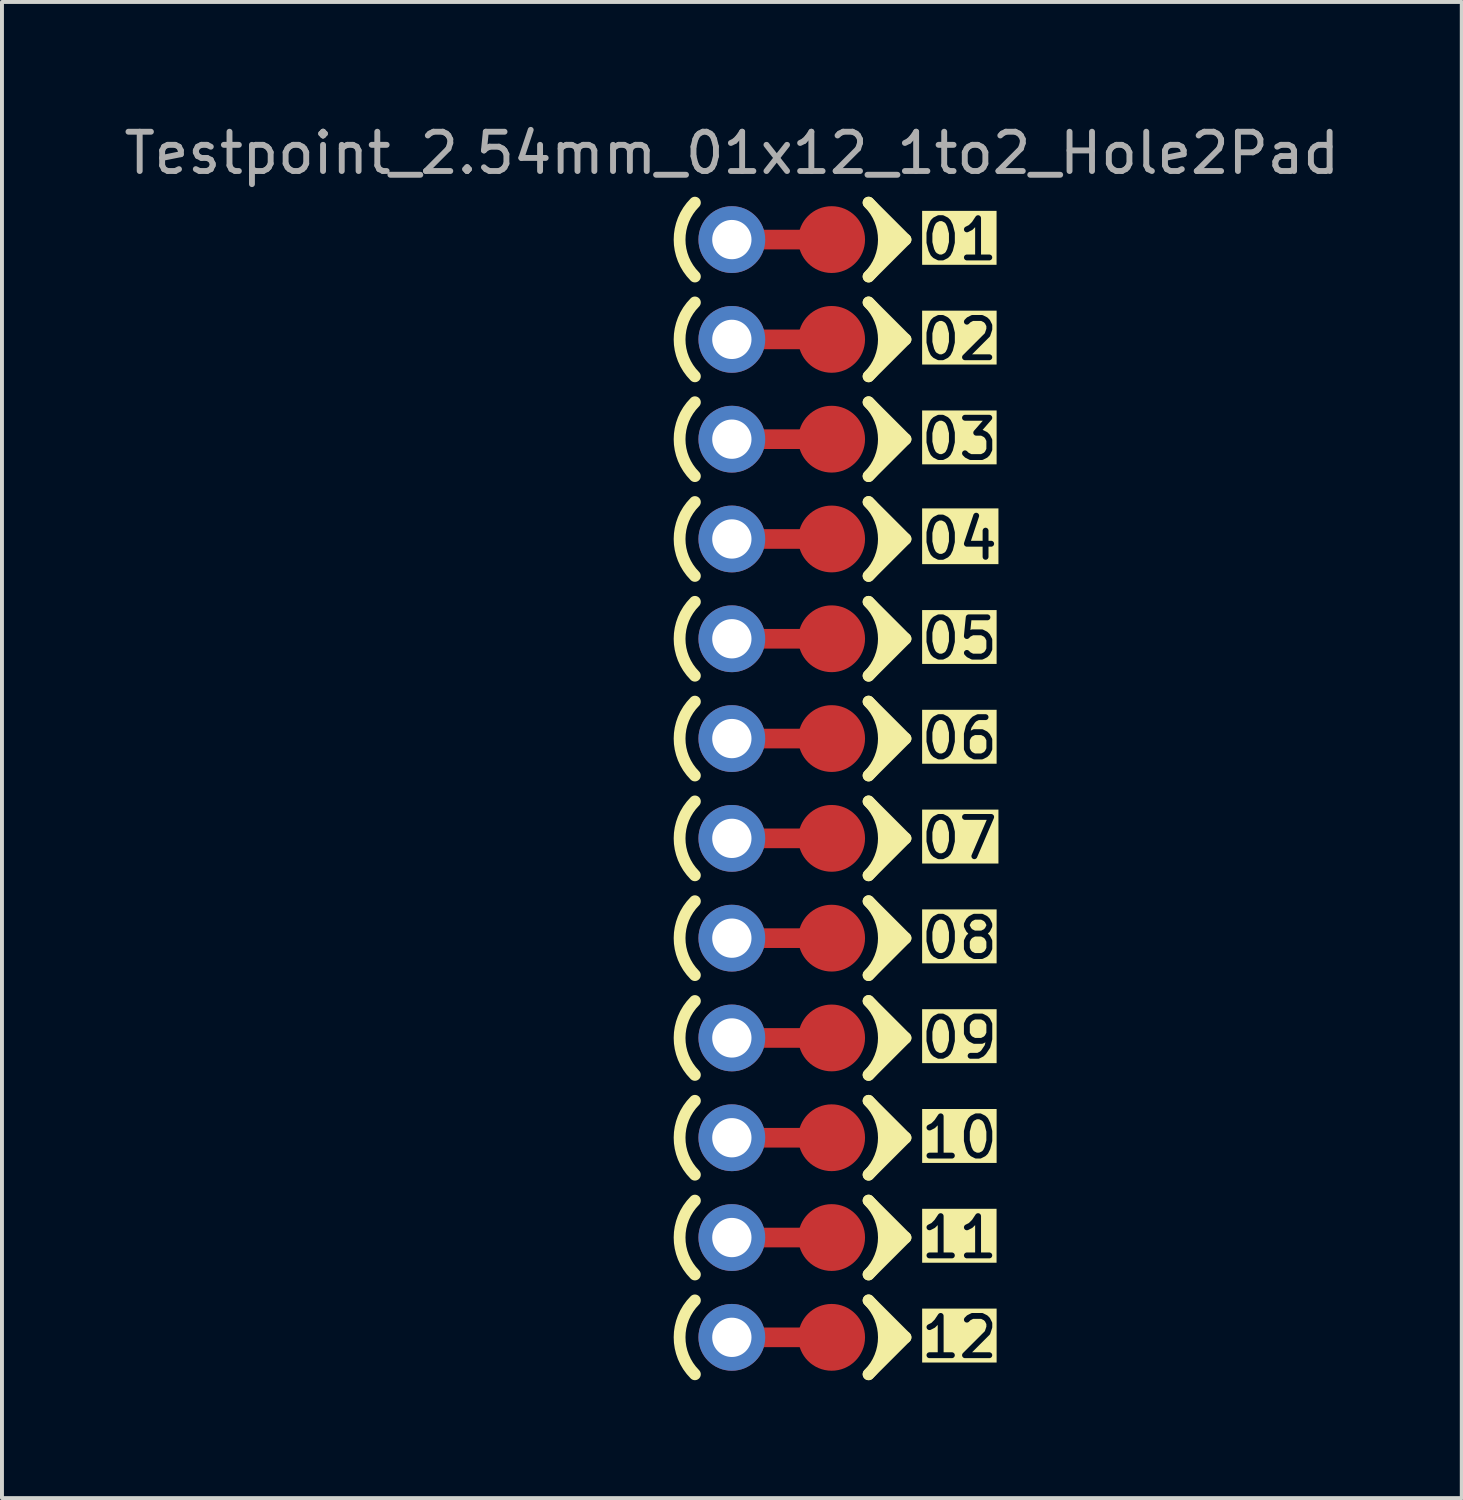
<source format=kicad_pcb>
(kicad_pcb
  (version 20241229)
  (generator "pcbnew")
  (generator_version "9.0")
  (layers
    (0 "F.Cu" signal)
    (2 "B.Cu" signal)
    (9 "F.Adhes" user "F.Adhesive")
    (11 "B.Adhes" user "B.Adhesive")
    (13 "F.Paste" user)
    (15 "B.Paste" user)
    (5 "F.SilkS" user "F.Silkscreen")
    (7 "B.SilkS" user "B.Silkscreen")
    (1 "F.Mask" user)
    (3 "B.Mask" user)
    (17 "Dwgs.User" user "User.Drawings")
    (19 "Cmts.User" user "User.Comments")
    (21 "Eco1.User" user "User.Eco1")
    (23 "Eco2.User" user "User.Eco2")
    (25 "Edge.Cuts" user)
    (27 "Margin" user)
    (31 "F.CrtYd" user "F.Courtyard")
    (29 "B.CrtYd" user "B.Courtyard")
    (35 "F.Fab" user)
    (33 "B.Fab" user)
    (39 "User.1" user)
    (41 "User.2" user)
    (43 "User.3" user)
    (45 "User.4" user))
  (footprint "Testpoint_2.54mm_01x12_1to2_Hole2Pad"
    (layer "F.Cu")
    (at 15.577 3.048)
    (property "Reference" "Testpoint_2.54mm_01x12_1to2_Hole2Pad" (at 0 -2.2 0) (layer "F.Fab") (effects (font (size 1 1) (thickness 0.15))))
    (attr through_hole)
    (fp_line (start 3.48 0.94) (end 4.42 0) (stroke (width 0.3) (type default)) (layer "F.SilkS"))
    (fp_line (start 3.48 3.48) (end 4.42 2.54) (stroke (width 0.3) (type default)) (layer "F.SilkS"))
    (fp_line (start 3.48 6.02) (end 4.42 5.08) (stroke (width 0.3) (type default)) (layer "F.SilkS"))
    (fp_line (start 3.48 8.56) (end 4.42 7.62) (stroke (width 0.3) (type default)) (layer "F.SilkS"))
    (fp_line (start 3.48 11.1) (end 4.42 10.16) (stroke (width 0.3) (type default)) (layer "F.SilkS"))
    (fp_line (start 3.48 13.64) (end 4.42 12.7) (stroke (width 0.3) (type default)) (layer "F.SilkS"))
    (fp_line (start 3.48 16.18) (end 4.42 15.24) (stroke (width 0.3) (type default)) (layer "F.SilkS"))
    (fp_line (start 3.48 18.72) (end 4.42 17.78) (stroke (width 0.3) (type default)) (layer "F.SilkS"))
    (fp_line (start 3.48 21.26) (end 4.42 20.32) (stroke (width 0.3) (type default)) (layer "F.SilkS"))
    (fp_line (start 3.48 23.8) (end 4.42 22.86) (stroke (width 0.3) (type default)) (layer "F.SilkS"))
    (fp_line (start 3.48 26.34) (end 4.42 25.4) (stroke (width 0.3) (type default)) (layer "F.SilkS"))
    (fp_line (start 3.48 28.88) (end 4.42 27.94) (stroke (width 0.3) (type default)) (layer "F.SilkS"))
    (fp_line (start 3.48 -0.94) (end 4.42 0) (stroke (width 0.3) (type default)) (layer "F.SilkS"))
    (fp_line (start 3.48 1.6) (end 4.42 2.54) (stroke (width 0.3) (type default)) (layer "F.SilkS"))
    (fp_line (start 3.48 4.14) (end 4.42 5.08) (stroke (width 0.3) (type default)) (layer "F.SilkS"))
    (fp_line (start 3.48 6.68) (end 4.42 7.62) (stroke (width 0.3) (type default)) (layer "F.SilkS"))
    (fp_line (start 3.48 9.22) (end 4.42 10.16) (stroke (width 0.3) (type default)) (layer "F.SilkS"))
    (fp_line (start 3.48 11.76) (end 4.42 12.7) (stroke (width 0.3) (type default)) (layer "F.SilkS"))
    (fp_line (start 3.48 14.3) (end 4.42 15.24) (stroke (width 0.3) (type default)) (layer "F.SilkS"))
    (fp_line (start 3.48 16.84) (end 4.42 17.78) (stroke (width 0.3) (type default)) (layer "F.SilkS"))
    (fp_line (start 3.48 19.38) (end 4.42 20.32) (stroke (width 0.3) (type default)) (layer "F.SilkS"))
    (fp_line (start 3.48 21.92) (end 4.42 22.86) (stroke (width 0.3) (type default)) (layer "F.SilkS"))
    (fp_line (start 3.48 24.46) (end 4.42 25.4) (stroke (width 0.3) (type default)) (layer "F.SilkS"))
    (fp_line (start 3.48 27) (end 4.42 27.94) (stroke (width 0.3) (type default)) (layer "F.SilkS"))
    (fp_line (start 4.04 0) (end 4.04 0) (stroke (width 0.6) (type default)) (layer "F.SilkS"))
    (fp_line (start 4.04 2.54) (end 4.04 2.54) (stroke (width 0.6) (type default)) (layer "F.SilkS"))
    (fp_line (start 4.04 5.08) (end 4.04 5.08) (stroke (width 0.6) (type default)) (layer "F.SilkS"))
    (fp_line (start 4.04 7.62) (end 4.04 7.62) (stroke (width 0.6) (type default)) (layer "F.SilkS"))
    (fp_line (start 4.04 10.16) (end 4.04 10.16) (stroke (width 0.6) (type default)) (layer "F.SilkS"))
    (fp_line (start 4.04 12.7) (end 4.04 12.7) (stroke (width 0.6) (type default)) (layer "F.SilkS"))
    (fp_line (start 4.04 15.24) (end 4.04 15.24) (stroke (width 0.6) (type default)) (layer "F.SilkS"))
    (fp_line (start 4.04 17.78) (end 4.04 17.78) (stroke (width 0.6) (type default)) (layer "F.SilkS"))
    (fp_line (start 4.04 20.32) (end 4.04 20.32) (stroke (width 0.6) (type default)) (layer "F.SilkS"))
    (fp_line (start 4.04 22.86) (end 4.04 22.86) (stroke (width 0.6) (type default)) (layer "F.SilkS"))
    (fp_line (start 4.04 25.4) (end 4.04 25.4) (stroke (width 0.6) (type default)) (layer "F.SilkS"))
    (fp_line (start 4.04 27.94) (end 4.04 27.94) (stroke (width 0.6) (type default)) (layer "F.SilkS"))
    (fp_arc (start -0.940452 0.940452) (mid -1.33 0) (end -0.940452 -0.940452) (stroke (width 0.3) (type default)) (layer "F.SilkS"))
    (fp_arc (start -0.940452 3.480452) (mid -1.33 2.54) (end -0.940452 1.599548) (stroke (width 0.3) (type default)) (layer "F.SilkS"))
    (fp_arc (start -0.940452 6.020452) (mid -1.33 5.08) (end -0.940452 4.139548) (stroke (width 0.3) (type default)) (layer "F.SilkS"))
    (fp_arc (start -0.940452 8.560452) (mid -1.33 7.62) (end -0.940452 6.679548) (stroke (width 0.3) (type default)) (layer "F.SilkS"))
    (fp_arc (start -0.940452 11.100452) (mid -1.33 10.16) (end -0.940452 9.219548) (stroke (width 0.3) (type default)) (layer "F.SilkS"))
    (fp_arc (start -0.940452 13.640452) (mid -1.33 12.7) (end -0.940452 11.759548) (stroke (width 0.3) (type default)) (layer "F.SilkS"))
    (fp_arc (start -0.940452 16.180452) (mid -1.33 15.24) (end -0.940452 14.299548) (stroke (width 0.3) (type default)) (layer "F.SilkS"))
    (fp_arc (start -0.940452 18.720452) (mid -1.33 17.78) (end -0.940452 16.839548) (stroke (width 0.3) (type default)) (layer "F.SilkS"))
    (fp_arc (start -0.940452 21.260452) (mid -1.33 20.32) (end -0.940452 19.379548) (stroke (width 0.3) (type default)) (layer "F.SilkS"))
    (fp_arc (start -0.940452 23.800452) (mid -1.33 22.86) (end -0.940452 21.919548) (stroke (width 0.3) (type default)) (layer "F.SilkS"))
    (fp_arc (start -0.940452 26.340452) (mid -1.33 25.4) (end -0.940452 24.459548) (stroke (width 0.3) (type default)) (layer "F.SilkS"))
    (fp_arc (start -0.940452 28.880452) (mid -1.33 27.94) (end -0.940452 26.999548) (stroke (width 0.3) (type default)) (layer "F.SilkS"))
    (fp_arc (start 3.480452 -0.940452) (mid 3.87 0) (end 3.480452 0.940452) (stroke (width 0.3) (type default)) (layer "F.SilkS"))
    (fp_arc (start 3.480452 1.599548) (mid 3.87 2.54) (end 3.480452 3.480452) (stroke (width 0.3) (type default)) (layer "F.SilkS"))
    (fp_arc (start 3.480452 4.139548) (mid 3.87 5.08) (end 3.480452 6.020452) (stroke (width 0.3) (type default)) (layer "F.SilkS"))
    (fp_arc (start 3.480452 6.679548) (mid 3.87 7.62) (end 3.480452 8.560452) (stroke (width 0.3) (type default)) (layer "F.SilkS"))
    (fp_arc (start 3.480452 9.219548) (mid 3.87 10.16) (end 3.480452 11.100452) (stroke (width 0.3) (type default)) (layer "F.SilkS"))
    (fp_arc (start 3.480452 11.759548) (mid 3.87 12.7) (end 3.480452 13.640452) (stroke (width 0.3) (type default)) (layer "F.SilkS"))
    (fp_arc (start 3.480452 14.299548) (mid 3.87 15.24) (end 3.480452 16.180452) (stroke (width 0.3) (type default)) (layer "F.SilkS"))
    (fp_arc (start 3.480452 16.839548) (mid 3.87 17.78) (end 3.480452 18.720452) (stroke (width 0.3) (type default)) (layer "F.SilkS"))
    (fp_arc (start 3.480452 19.379548) (mid 3.87 20.32) (end 3.480452 21.260452) (stroke (width 0.3) (type default)) (layer "F.SilkS"))
    (fp_arc (start 3.480452 21.919548) (mid 3.87 22.86) (end 3.480452 23.800452) (stroke (width 0.3) (type default)) (layer "F.SilkS"))
    (fp_arc (start 3.480452 24.459548) (mid 3.87 25.4) (end 3.480452 26.340452) (stroke (width 0.3) (type default)) (layer "F.SilkS"))
    (fp_arc (start 3.480452 26.999548) (mid 3.87 27.94) (end 3.480452 28.880452) (stroke (width 0.3) (type default)) (layer "F.SilkS"))
    (fp_text user "03" (at 4.74 5.08 0) (unlocked yes) (layer "F.SilkS" knockout) (effects (font (size 1 1) (thickness 0.15)) (justify left)))
    (fp_text user "05" (at 4.74 10.16 0) (unlocked yes) (layer "F.SilkS" knockout) (effects (font (size 1 1) (thickness 0.15)) (justify left)))
    (fp_text user "09" (at 4.74 20.32 0) (unlocked yes) (layer "F.SilkS" knockout) (effects (font (size 1 1) (thickness 0.15)) (justify left)))
    (fp_text user "06" (at 4.74 12.7 0) (unlocked yes) (layer "F.SilkS" knockout) (effects (font (size 1 1) (thickness 0.15)) (justify left)))
    (fp_text user "02" (at 4.74 2.54 0) (unlocked yes) (layer "F.SilkS" knockout) (effects (font (size 1 1) (thickness 0.15)) (justify left)))
    (fp_text user "08" (at 4.74 17.78 0) (unlocked yes) (layer "F.SilkS" knockout) (effects (font (size 1 1) (thickness 0.15)) (justify left)))
    (fp_text user "11" (at 4.74 25.4 0) (unlocked yes) (layer "F.SilkS" knockout) (effects (font (size 1 1) (thickness 0.15)) (justify left)))
    (fp_text user "07" (at 4.74 15.24 0) (unlocked yes) (layer "F.SilkS" knockout) (effects (font (size 1 1) (thickness 0.15)) (justify left)))
    (fp_text user "01" (at 4.74 0 0) (unlocked yes) (layer "F.SilkS" knockout) (effects (font (size 1 1) (thickness 0.15)) (justify left)))
    (fp_text user "10" (at 4.74 22.86 0) (unlocked yes) (layer "F.SilkS" knockout) (effects (font (size 1 1) (thickness 0.15)) (justify left)))
    (fp_text user "04" (at 4.74 7.62 0) (unlocked yes) (layer "F.SilkS" knockout) (effects (font (size 1 1) (thickness 0.15)) (justify left)))
    (fp_text user "12" (at 4.74 27.94 0) (unlocked yes) (layer "F.SilkS" knockout) (effects (font (size 1 1) (thickness 0.15)) (justify left)))
    (pad "1" thru_hole circle (at 0 0 90) (size 1.7 1.7) (drill 1) (layers "*.Cu" "*.Mask"))
    (pad "1" smd custom (at 1.27 0 180) (size 2.54 0.5) (layers "F.Cu") (options (anchor rect)) (primitives))
    (pad "1" smd circle (at 2.54 0 90) (size 1.7 1.7) (layers "F.Cu" "F.Mask"))
    (pad "2" thru_hole circle (at 0 2.54 90) (size 1.7 1.7) (drill 1) (layers "*.Cu" "*.Mask"))
    (pad "2" smd custom (at 1.27 2.54 180) (size 2.54 0.5) (layers "F.Cu") (options (anchor rect)) (primitives))
    (pad "2" smd circle (at 2.54 2.54 90) (size 1.7 1.7) (layers "F.Cu" "F.Mask"))
    (pad "3" thru_hole circle (at 0 5.08 90) (size 1.7 1.7) (drill 1) (layers "*.Cu" "*.Mask"))
    (pad "3" smd custom (at 1.27 5.08 180) (size 2.54 0.5) (layers "F.Cu") (options (anchor rect)) (primitives))
    (pad "3" smd circle (at 2.54 5.08 90) (size 1.7 1.7) (layers "F.Cu" "F.Mask"))
    (pad "4" thru_hole circle (at 0 7.62 90) (size 1.7 1.7) (drill 1) (layers "*.Cu" "*.Mask"))
    (pad "4" smd custom (at 1.27 7.62 180) (size 2.54 0.5) (layers "F.Cu") (options (anchor rect)) (primitives))
    (pad "4" smd circle (at 2.54 7.62 90) (size 1.7 1.7) (layers "F.Cu" "F.Mask"))
    (pad "5" thru_hole circle (at 0 10.16 90) (size 1.7 1.7) (drill 1) (layers "*.Cu" "*.Mask"))
    (pad "5" smd custom (at 1.27 10.16 180) (size 2.54 0.5) (layers "F.Cu") (options (anchor rect)) (primitives))
    (pad "5" smd circle (at 2.54 10.16 90) (size 1.7 1.7) (layers "F.Cu" "F.Mask"))
    (pad "6" thru_hole circle (at 0 12.7 90) (size 1.7 1.7) (drill 1) (layers "*.Cu" "*.Mask"))
    (pad "6" smd custom (at 1.27 12.7 180) (size 2.54 0.5) (layers "F.Cu") (options (anchor rect)) (primitives))
    (pad "6" smd circle (at 2.54 12.7 90) (size 1.7 1.7) (layers "F.Cu" "F.Mask"))
    (pad "7" thru_hole circle (at 0 15.24 90) (size 1.7 1.7) (drill 1) (layers "*.Cu" "*.Mask"))
    (pad "7" smd custom (at 1.27 15.24 180) (size 2.54 0.5) (layers "F.Cu") (options (anchor rect)) (primitives))
    (pad "7" smd circle (at 2.54 15.24 90) (size 1.7 1.7) (layers "F.Cu" "F.Mask"))
    (pad "8" thru_hole circle (at 0 17.78 90) (size 1.7 1.7) (drill 1) (layers "*.Cu" "*.Mask"))
    (pad "8" smd custom (at 1.27 17.78 180) (size 2.54 0.5) (layers "F.Cu") (options (anchor rect)) (primitives))
    (pad "8" smd circle (at 2.54 17.78 90) (size 1.7 1.7) (layers "F.Cu" "F.Mask"))
    (pad "9" thru_hole circle (at 0 20.32 90) (size 1.7 1.7) (drill 1) (layers "*.Cu" "*.Mask"))
    (pad "9" smd custom (at 1.27 20.32 180) (size 2.54 0.5) (layers "F.Cu") (options (anchor rect)) (primitives))
    (pad "9" smd circle (at 2.54 20.32 90) (size 1.7 1.7) (layers "F.Cu" "F.Mask"))
    (pad "10" thru_hole circle (at 0 22.86 90) (size 1.7 1.7) (drill 1) (layers "*.Cu" "*.Mask"))
    (pad "10" smd custom (at 1.27 22.86 180) (size 2.54 0.5) (layers "F.Cu") (options (anchor rect)) (primitives))
    (pad "10" smd circle (at 2.54 22.86 90) (size 1.7 1.7) (layers "F.Cu" "F.Mask"))
    (pad "11" thru_hole circle (at 0 25.4 90) (size 1.7 1.7) (drill 1) (layers "*.Cu" "*.Mask"))
    (pad "11" smd custom (at 1.27 25.4 180) (size 2.54 0.5) (layers "F.Cu") (options (anchor rect)) (primitives))
    (pad "11" smd circle (at 2.54 25.4 90) (size 1.7 1.7) (layers "F.Cu" "F.Mask"))
    (pad "12" thru_hole circle (at 0 27.94 90) (size 1.7 1.7) (drill 1) (layers "*.Cu" "*.Mask"))
    (pad "12" smd custom (at 1.27 27.94 180) (size 2.54 0.5) (layers "F.Cu") (options (anchor rect)) (primitives))
    (pad "12" smd circle (at 2.54 27.94 90) (size 1.7 1.7) (layers "F.Cu" "F.Mask")))
  (gr_rect
    (start -3 -3)
    (end 34.155 35.079)
    (stroke (width 0.1) (type default))
    (fill no)
    (layer "Edge.Cuts")))
</source>
